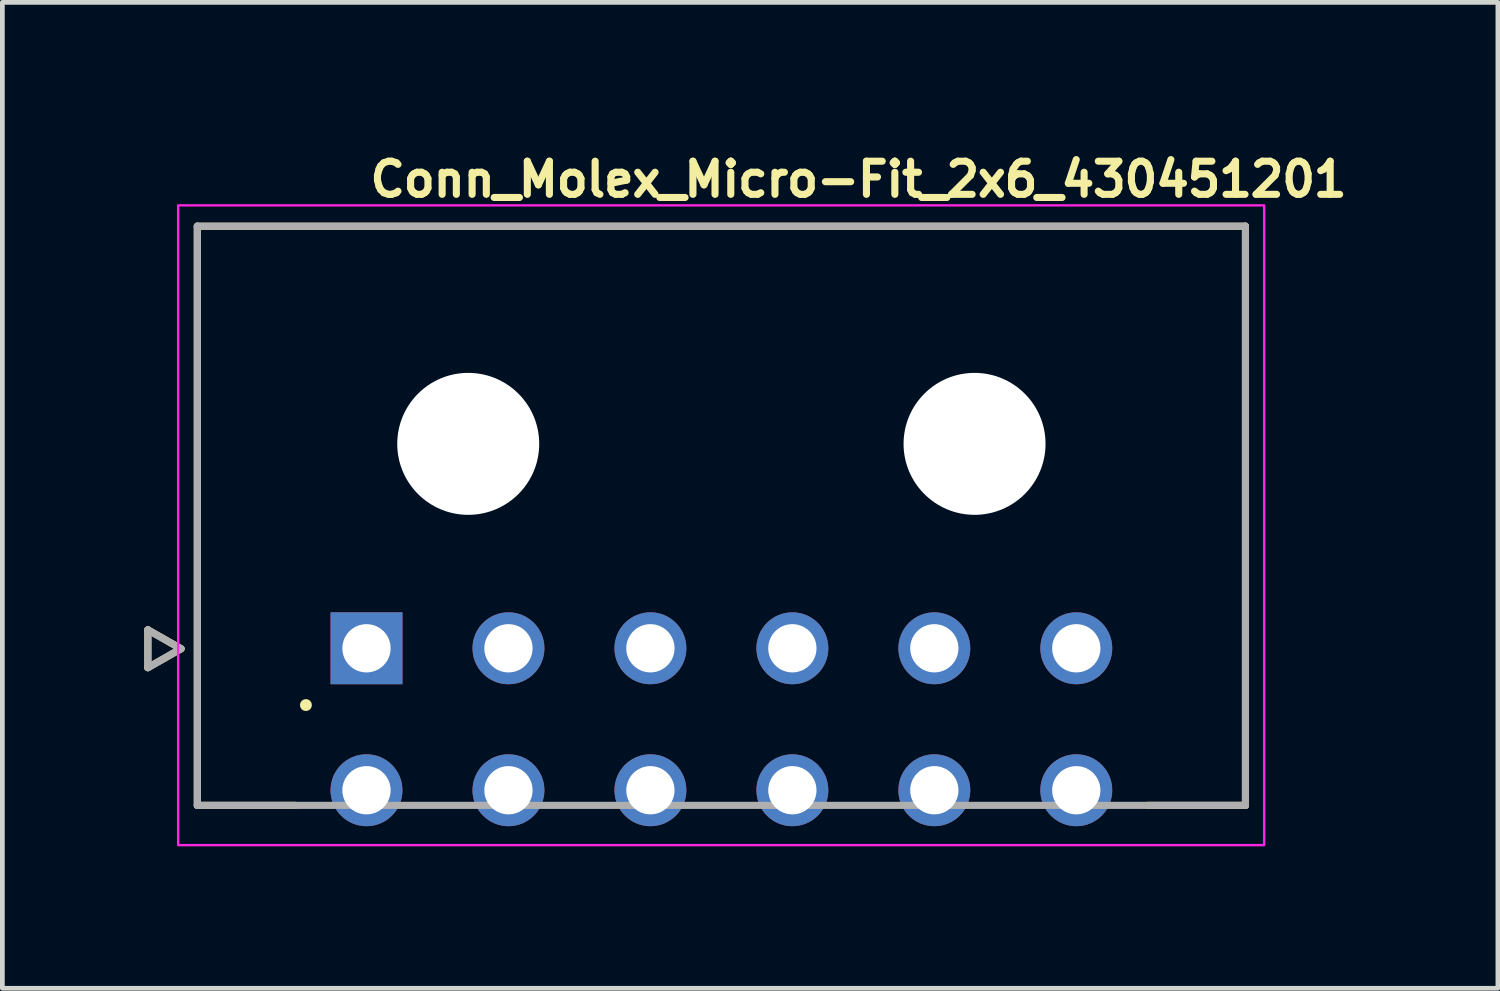
<source format=kicad_pcb>
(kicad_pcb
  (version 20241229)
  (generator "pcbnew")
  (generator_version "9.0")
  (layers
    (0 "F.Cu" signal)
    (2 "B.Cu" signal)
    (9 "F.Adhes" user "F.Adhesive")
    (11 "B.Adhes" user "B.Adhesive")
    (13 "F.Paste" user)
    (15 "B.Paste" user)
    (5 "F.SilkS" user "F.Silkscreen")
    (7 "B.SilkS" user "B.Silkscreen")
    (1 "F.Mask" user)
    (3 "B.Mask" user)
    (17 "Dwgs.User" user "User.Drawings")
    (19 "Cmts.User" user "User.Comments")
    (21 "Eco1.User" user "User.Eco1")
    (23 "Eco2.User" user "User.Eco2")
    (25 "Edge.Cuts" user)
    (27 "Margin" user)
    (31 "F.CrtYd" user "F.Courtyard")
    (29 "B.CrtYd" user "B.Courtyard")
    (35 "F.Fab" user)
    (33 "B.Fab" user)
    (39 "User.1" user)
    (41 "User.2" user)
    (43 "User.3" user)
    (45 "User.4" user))
  (footprint "Conn_Molex_Micro-Fit_2x6_430451201"
    (layer "F.Cu")
    (at 4.695 10.65)
    (property "Reference" "Conn_Molex_Micro-Fit_2x6_430451201" (at 0 -9.5 0) (layer "F.SilkS") (effects (font (size 0.7 0.7) (thickness 0.15)) (justify left bottom)))
    (attr through_hole)
    (fp_line (start -4.62 -0.39) (end -4.62 0.41) (stroke (width 0.15) (type solid)) (layer "F.SilkS"))
    (fp_line (start -4.62 0.41) (end -3.92 0.01) (stroke (width 0.15) (type solid)) (layer "F.SilkS"))
    (fp_line (start -3.92 0.01) (end -4.62 -0.39) (stroke (width 0.15) (type solid)) (layer "F.SilkS"))
    (fp_line (start -3.575 -8.92) (end -3.575 3.32) (stroke (width 0.15) (type solid)) (layer "F.SilkS"))
    (fp_line (start -3.575 3.32) (end -1.5 3.32) (stroke (width 0.15) (type solid)) (layer "F.SilkS"))
    (fp_line (start 16.5 3.32) (end 18.575 3.32) (stroke (width 0.15) (type solid)) (layer "F.SilkS"))
    (fp_line (start 18.575 -8.92) (end -3.575 -8.92) (stroke (width 0.15) (type solid)) (layer "F.SilkS"))
    (fp_line (start 18.575 3.32) (end 18.575 -8.92) (stroke (width 0.15) (type solid)) (layer "F.SilkS"))
    (fp_circle (center -1.28 1.2) (end -1.23 1.2) (stroke (width 0.15) (type solid)) (fill yes) (layer "F.SilkS"))
    (fp_rect (start -3.98 -9.36) (end 18.97 4.16) (stroke (width 0.05) (type solid)) (fill no) (layer "F.CrtYd"))
    (fp_line (start -4.62 -0.39) (end -4.62 0.41) (stroke (width 0.15) (type solid)) (layer "F.Fab"))
    (fp_line (start -4.62 0.41) (end -3.92 0.01) (stroke (width 0.15) (type solid)) (layer "F.Fab"))
    (fp_line (start -3.92 0.01) (end -4.62 -0.39) (stroke (width 0.15) (type solid)) (layer "F.Fab"))
    (fp_line (start -3.575 -8.92) (end -3.575 3.32) (stroke (width 0.15) (type solid)) (layer "F.Fab"))
    (fp_line (start -3.575 3.32) (end 18.575 3.32) (stroke (width 0.15) (type solid)) (layer "F.Fab"))
    (fp_line (start 18.575 -8.92) (end -3.575 -8.92) (stroke (width 0.15) (type solid)) (layer "F.Fab"))
    (fp_line (start 18.575 3.32) (end 18.575 -8.92) (stroke (width 0.15) (type solid)) (layer "F.Fab"))
    (fp_rect (start -3.575 -8.955) (end 18.575 3.285) (stroke (width 0.1) (type solid)) (fill no) (layer "User.5"))
    (fp_line (start -3.575 -0.645) (end -3.575 0.955) (stroke (width 0.02) (type solid)) (layer "User.9"))
    (fp_line (start -3.575 0.955) (end -1.825 0.955) (stroke (width 0.02) (type solid)) (layer "User.9"))
    (fp_line (start -3.325 -7.305) (end -1.94 -8.955) (stroke (width 0.02) (type solid)) (layer "User.9"))
    (fp_line (start -3.325 -0.645) (end -3.575 -0.645) (stroke (width 0.02) (type solid)) (layer "User.9"))
    (fp_line (start -3.325 -0.645) (end -3.325 -7.305) (stroke (width 0.02) (type solid)) (layer "User.9"))
    (fp_line (start -1.825 0.955) (end -1.825 -0.795) (stroke (width 0.02) (type solid)) (layer "User.9"))
    (fp_line (start -0.32 0.955) (end -1.825 0.955) (stroke (width 0.02) (type solid)) (layer "User.9"))
    (fp_line (start -0.32 0.955) (end -0.32 -0.345) (stroke (width 0.02) (type solid)) (layer "User.9"))
    (fp_line (start -0.32 3.285) (end -0.32 0.955) (stroke (width 0.02) (type solid)) (layer "User.9"))
    (fp_line (start -0.32 3.285) (end 0.32 3.285) (stroke (width 0.02) (type solid)) (layer "User.9"))
    (fp_line (start 0.32 -0.345) (end -0.32 -0.345) (stroke (width 0.02) (type solid)) (layer "User.9"))
    (fp_line (start 0.32 0.955) (end 0.32 -0.345) (stroke (width 0.02) (type solid)) (layer "User.9"))
    (fp_line (start 0.32 3.285) (end 0.32 0.955) (stroke (width 0.02) (type solid)) (layer "User.9"))
    (fp_line (start 2.68 0.955) (end 0.32 0.955) (stroke (width 0.02) (type solid)) (layer "User.9"))
    (fp_line (start 2.68 0.955) (end 2.68 -0.345) (stroke (width 0.02) (type solid)) (layer "User.9"))
    (fp_line (start 2.68 3.285) (end 2.68 0.955) (stroke (width 0.02) (type solid)) (layer "User.9"))
    (fp_line (start 2.68 3.285) (end 3.32 3.285) (stroke (width 0.02) (type solid)) (layer "User.9"))
    (fp_line (start 3.32 -0.345) (end 2.68 -0.345) (stroke (width 0.02) (type solid)) (layer "User.9"))
    (fp_line (start 3.32 0.955) (end 3.32 -0.345) (stroke (width 0.02) (type solid)) (layer "User.9"))
    (fp_line (start 3.32 3.285) (end 3.32 0.955) (stroke (width 0.02) (type solid)) (layer "User.9"))
    (fp_line (start 5.68 0.955) (end 3.32 0.955) (stroke (width 0.02) (type solid)) (layer "User.9"))
    (fp_line (start 5.68 0.955) (end 5.68 -0.345) (stroke (width 0.02) (type solid)) (layer "User.9"))
    (fp_line (start 5.68 3.285) (end 5.68 0.955) (stroke (width 0.02) (type solid)) (layer "User.9"))
    (fp_line (start 5.68 3.285) (end 6.32 3.285) (stroke (width 0.02) (type solid)) (layer "User.9"))
    (fp_line (start 6.32 -0.345) (end 5.68 -0.345) (stroke (width 0.02) (type solid)) (layer "User.9"))
    (fp_line (start 6.32 0.955) (end 6.32 -0.345) (stroke (width 0.02) (type solid)) (layer "User.9"))
    (fp_line (start 6.32 3.285) (end 6.32 0.955) (stroke (width 0.02) (type solid)) (layer "User.9"))
    (fp_line (start 6.8 -6.755) (end 6.8 -8.415) (stroke (width 0.02) (type solid)) (layer "User.9"))
    (fp_line (start 6.8 -6.005) (end 6.8 -6.755) (stroke (width 0.02) (type solid)) (layer "User.9"))
    (fp_line (start 6.8 -6) (end 6.8 -6.005) (stroke (width 0.02) (type solid)) (layer "User.9"))
    (fp_line (start 6.8 -6) (end 6.8 -6) (stroke (width 0.02) (type solid)) (layer "User.9"))
    (fp_line (start 6.8 -5.986) (end 6.8 -6) (stroke (width 0.02) (type solid)) (layer "User.9"))
    (fp_line (start 6.8 -5.986) (end 6.8 -5.986) (stroke (width 0.02) (type solid)) (layer "User.9"))
    (fp_line (start 6.8 -5.963) (end 6.8 -5.986) (stroke (width 0.02) (type solid)) (layer "User.9"))
    (fp_line (start 6.8 -5.963) (end 6.8 -5.963) (stroke (width 0.02) (type solid)) (layer "User.9"))
    (fp_line (start 6.8 -5.931) (end 6.8 -5.963) (stroke (width 0.02) (type solid)) (layer "User.9"))
    (fp_line (start 6.8 -5.931) (end 6.8 -5.931) (stroke (width 0.02) (type solid)) (layer "User.9"))
    (fp_line (start 6.8 -5.841) (end 6.8 -5.931) (stroke (width 0.02) (type solid)) (layer "User.9"))
    (fp_line (start 6.8 -5.841) (end 6.8 -5.841) (stroke (width 0.02) (type solid)) (layer "User.9"))
    (fp_line (start 6.8 -5.785) (end 6.8 -5.841) (stroke (width 0.02) (type solid)) (layer "User.9"))
    (fp_line (start 6.8 -5.785) (end 6.8 -5.785) (stroke (width 0.02) (type solid)) (layer "User.9"))
    (fp_line (start 6.8 -5.255) (end 6.8 -5.785) (stroke (width 0.02) (type solid)) (layer "User.9"))
    (fp_line (start 8.2 -8.415) (end 6.8 -8.415) (stroke (width 0.02) (type solid)) (layer "User.9"))
    (fp_line (start 8.2 -6.755) (end 6.8 -6.755) (stroke (width 0.02) (type solid)) (layer "User.9"))
    (fp_line (start 8.2 -6.755) (end 8.2 -8.415) (stroke (width 0.02) (type solid)) (layer "User.9"))
    (fp_line (start 8.2 -6.005) (end 6.8 -6.005) (stroke (width 0.02) (type solid)) (layer "User.9"))
    (fp_line (start 8.2 -6.005) (end 8.2 -6.755) (stroke (width 0.02) (type solid)) (layer "User.9"))
    (fp_line (start 8.2 -6) (end 8.2 -6.005) (stroke (width 0.02) (type solid)) (layer "User.9"))
    (fp_line (start 8.2 -6) (end 8.2 -6) (stroke (width 0.02) (type solid)) (layer "User.9"))
    (fp_line (start 8.2 -5.986) (end 8.2 -6) (stroke (width 0.02) (type solid)) (layer "User.9"))
    (fp_line (start 8.2 -5.986) (end 8.2 -5.986) (stroke (width 0.02) (type solid)) (layer "User.9"))
    (fp_line (start 8.2 -5.963) (end 8.2 -5.986) (stroke (width 0.02) (type solid)) (layer "User.9"))
    (fp_line (start 8.2 -5.963) (end 8.2 -5.963) (stroke (width 0.02) (type solid)) (layer "User.9"))
    (fp_line (start 8.2 -5.931) (end 8.2 -5.963) (stroke (width 0.02) (type solid)) (layer "User.9"))
    (fp_line (start 8.2 -5.931) (end 8.2 -5.931) (stroke (width 0.02) (type solid)) (layer "User.9"))
    (fp_line (start 8.2 -5.841) (end 8.2 -5.931) (stroke (width 0.02) (type solid)) (layer "User.9"))
    (fp_line (start 8.2 -5.841) (end 8.2 -5.841) (stroke (width 0.02) (type solid)) (layer "User.9"))
    (fp_line (start 8.2 -5.785) (end 8.2 -5.841) (stroke (width 0.02) (type solid)) (layer "User.9"))
    (fp_line (start 8.2 -5.785) (end 8.2 -5.785) (stroke (width 0.02) (type solid)) (layer "User.9"))
    (fp_line (start 8.2 -5.255) (end 8.2 -5.785) (stroke (width 0.02) (type solid)) (layer "User.9"))
    (fp_line (start 8.68 0.955) (end 6.32 0.955) (stroke (width 0.02) (type solid)) (layer "User.9"))
    (fp_line (start 8.68 0.955) (end 8.68 -0.345) (stroke (width 0.02) (type solid)) (layer "User.9"))
    (fp_line (start 8.68 3.285) (end 8.68 0.955) (stroke (width 0.02) (type solid)) (layer "User.9"))
    (fp_line (start 8.68 3.285) (end 9.32 3.285) (stroke (width 0.02) (type solid)) (layer "User.9"))
    (fp_line (start 9.32 -0.345) (end 8.68 -0.345) (stroke (width 0.02) (type solid)) (layer "User.9"))
    (fp_line (start 9.32 0.955) (end 9.32 -0.345) (stroke (width 0.02) (type solid)) (layer "User.9"))
    (fp_line (start 9.32 3.285) (end 9.32 0.955) (stroke (width 0.02) (type solid)) (layer "User.9"))
    (fp_line (start 11.68 0.955) (end 9.32 0.955) (stroke (width 0.02) (type solid)) (layer "User.9"))
    (fp_line (start 11.68 0.955) (end 11.68 -0.345) (stroke (width 0.02) (type solid)) (layer "User.9"))
    (fp_line (start 11.68 3.285) (end 11.68 0.955) (stroke (width 0.02) (type solid)) (layer "User.9"))
    (fp_line (start 11.68 3.285) (end 12.32 3.285) (stroke (width 0.02) (type solid)) (layer "User.9"))
    (fp_line (start 12.32 -0.345) (end 11.68 -0.345) (stroke (width 0.02) (type solid)) (layer "User.9"))
    (fp_line (start 12.32 0.955) (end 12.32 -0.345) (stroke (width 0.02) (type solid)) (layer "User.9"))
    (fp_line (start 12.32 3.285) (end 12.32 0.955) (stroke (width 0.02) (type solid)) (layer "User.9"))
    (fp_line (start 14.68 0.955) (end 12.32 0.955) (stroke (width 0.02) (type solid)) (layer "User.9"))
    (fp_line (start 14.68 0.955) (end 14.68 -0.345) (stroke (width 0.02) (type solid)) (layer "User.9"))
    (fp_line (start 14.68 3.285) (end 14.68 0.955) (stroke (width 0.02) (type solid)) (layer "User.9"))
    (fp_line (start 14.68 3.285) (end 15.32 3.285) (stroke (width 0.02) (type solid)) (layer "User.9"))
    (fp_line (start 15.32 -0.345) (end 14.68 -0.345) (stroke (width 0.02) (type solid)) (layer "User.9"))
    (fp_line (start 15.32 0.955) (end 15.32 -0.345) (stroke (width 0.02) (type solid)) (layer "User.9"))
    (fp_line (start 15.32 3.285) (end 15.32 0.955) (stroke (width 0.02) (type solid)) (layer "User.9"))
    (fp_line (start 16.825 -0.795) (end -1.825 -0.795) (stroke (width 0.02) (type solid)) (layer "User.9"))
    (fp_line (start 16.825 0.955) (end 15.32 0.955) (stroke (width 0.02) (type solid)) (layer "User.9"))
    (fp_line (start 16.825 0.955) (end 16.825 -0.795) (stroke (width 0.02) (type solid)) (layer "User.9"))
    (fp_line (start 16.825 0.955) (end 18.575 0.955) (stroke (width 0.02) (type solid)) (layer "User.9"))
    (fp_line (start 16.94 -8.955) (end -1.94 -8.955) (stroke (width 0.02) (type solid)) (layer "User.9"))
    (fp_line (start 16.94 -8.955) (end 18.325 -7.305) (stroke (width 0.02) (type solid)) (layer "User.9"))
    (fp_line (start 18.325 -0.645) (end 18.325 -7.305) (stroke (width 0.02) (type solid)) (layer "User.9"))
    (fp_line (start 18.575 -0.645) (end 18.325 -0.645) (stroke (width 0.02) (type solid)) (layer "User.9"))
    (fp_line (start 18.575 0.955) (end 18.575 -0.645) (stroke (width 0.02) (type solid)) (layer "User.9"))
    (pad "" np_thru_hole circle (at 2.15 -4.32 180) (size 3 3) (drill 3) (layers "*.Cu" "*.Mask"))
    (pad "" np_thru_hole circle (at 12.85 -4.32 180) (size 3 3) (drill 3) (layers "*.Cu" "*.Mask"))
    (pad "1" thru_hole rect (at 0 0 180) (size 1.52 1.52) (drill 1.02) (layers "*.Cu" "*.Mask"))
    (pad "2" thru_hole circle (at 3 0 180) (size 1.52 1.52) (drill 1.02) (layers "*.Cu" "*.Mask"))
    (pad "3" thru_hole circle (at 6 0 180) (size 1.52 1.52) (drill 1.02) (layers "*.Cu" "*.Mask"))
    (pad "4" thru_hole circle (at 9 0 180) (size 1.52 1.52) (drill 1.02) (layers "*.Cu" "*.Mask"))
    (pad "5" thru_hole circle (at 12 0 180) (size 1.52 1.52) (drill 1.02) (layers "*.Cu" "*.Mask"))
    (pad "6" thru_hole circle (at 15 0 180) (size 1.52 1.52) (drill 1.02) (layers "*.Cu" "*.Mask"))
    (pad "7" thru_hole circle (at 0 3 180) (size 1.52 1.52) (drill 1.02) (layers "*.Cu" "*.Mask"))
    (pad "8" thru_hole circle (at 3 3 180) (size 1.52 1.52) (drill 1.02) (layers "*.Cu" "*.Mask"))
    (pad "9" thru_hole circle (at 6 3 180) (size 1.52 1.52) (drill 1.02) (layers "*.Cu" "*.Mask"))
    (pad "10" thru_hole circle (at 9 3 180) (size 1.52 1.52) (drill 1.02) (layers "*.Cu" "*.Mask"))
    (pad "11" thru_hole circle (at 12 3 180) (size 1.52 1.52) (drill 1.02) (layers "*.Cu" "*.Mask"))
    (pad "12" thru_hole circle (at 15 3 180) (size 1.52 1.52) (drill 1.02) (layers "*.Cu" "*.Mask")))
  (gr_rect
    (start -3 -3)
    (end 28.605 17.835)
    (stroke (width 0.1) (type default))
    (fill no)
    (layer "Edge.Cuts")))
</source>
